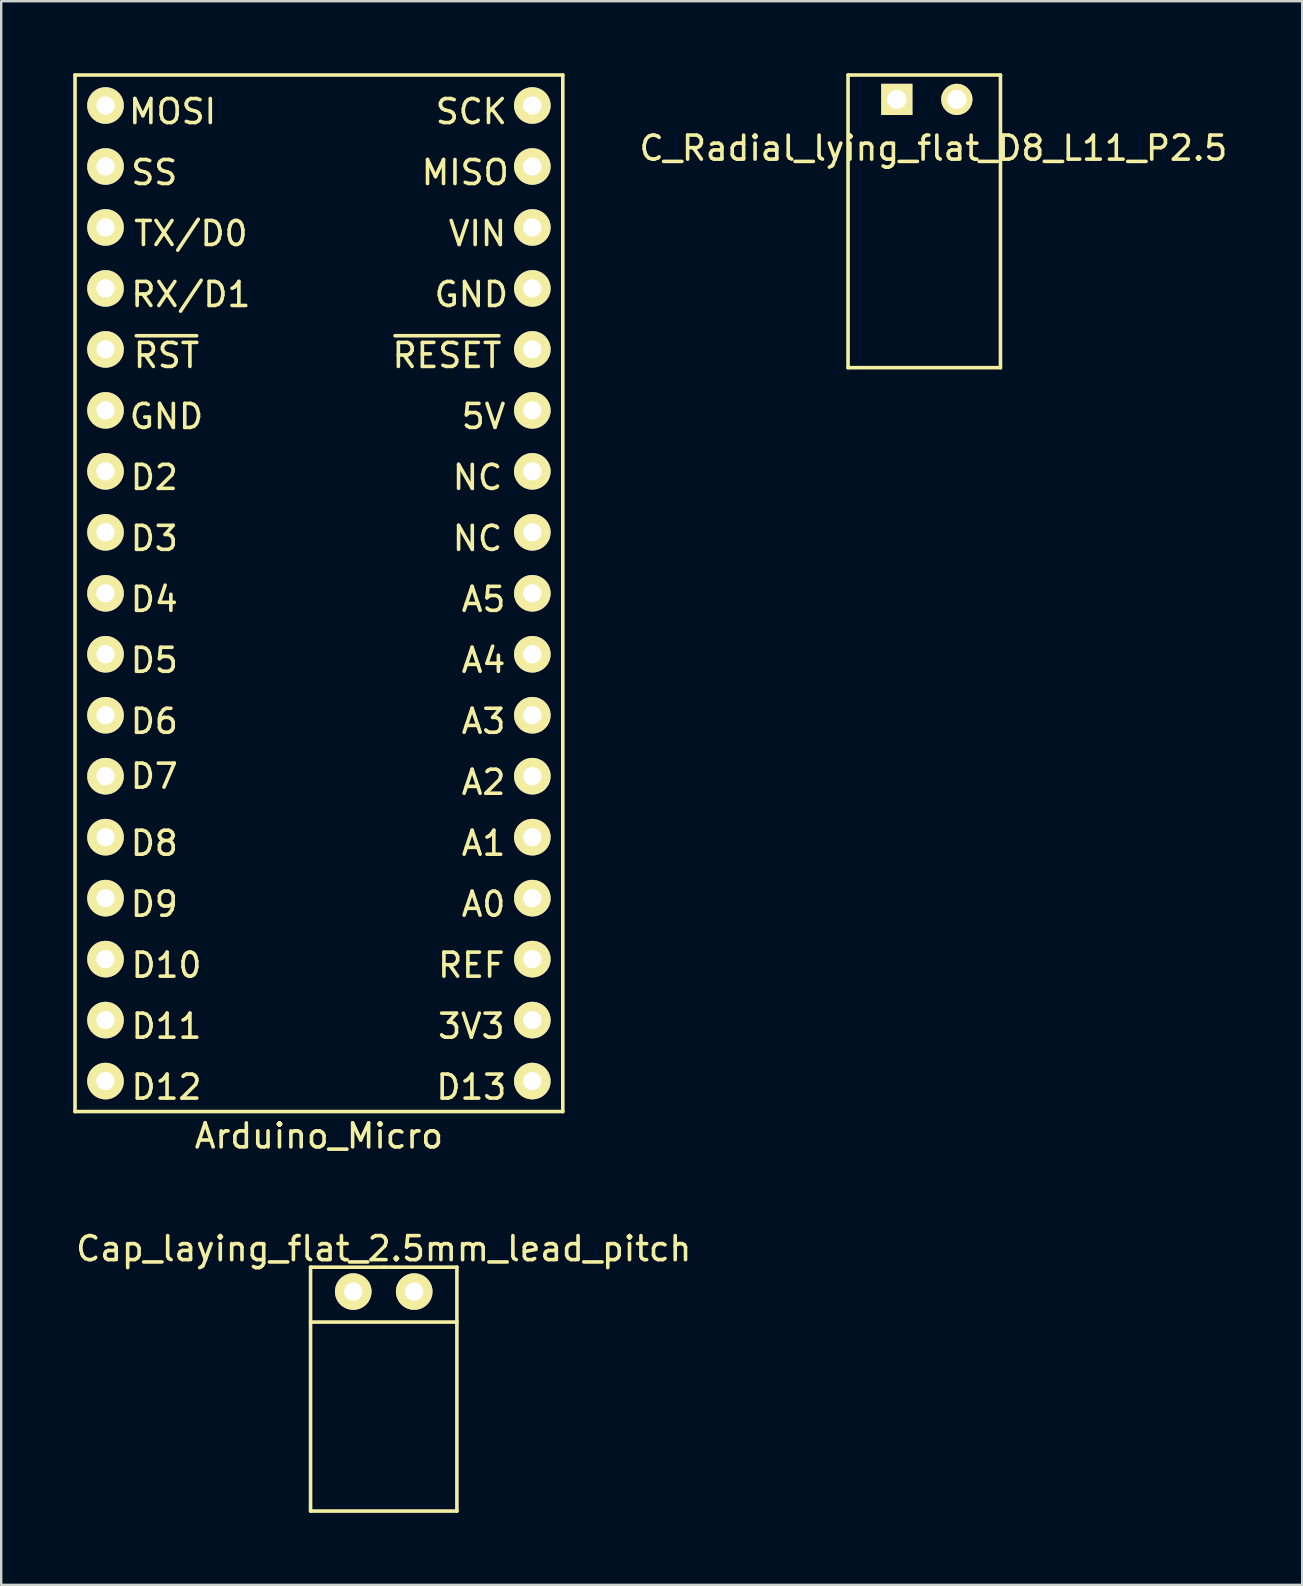
<source format=kicad_pcb>
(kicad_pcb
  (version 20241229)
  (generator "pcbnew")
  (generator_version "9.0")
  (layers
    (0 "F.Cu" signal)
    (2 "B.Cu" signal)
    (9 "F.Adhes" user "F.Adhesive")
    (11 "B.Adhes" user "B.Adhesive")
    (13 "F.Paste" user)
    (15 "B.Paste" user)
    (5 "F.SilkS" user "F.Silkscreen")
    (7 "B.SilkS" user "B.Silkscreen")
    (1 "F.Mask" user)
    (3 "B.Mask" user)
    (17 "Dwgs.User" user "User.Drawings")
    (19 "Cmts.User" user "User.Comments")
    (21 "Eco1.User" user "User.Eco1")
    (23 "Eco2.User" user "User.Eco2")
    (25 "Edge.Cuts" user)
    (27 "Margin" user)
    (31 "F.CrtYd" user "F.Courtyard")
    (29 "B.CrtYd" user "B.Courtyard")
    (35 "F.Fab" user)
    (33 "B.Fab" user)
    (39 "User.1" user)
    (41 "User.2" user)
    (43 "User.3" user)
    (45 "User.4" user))
  (footprint "Cap_laying_flat_2.5mm_lead_pitch"
    (layer "F.Cu")
    (at 12.935 48.468)
    (property "Reference" "Cap_laying_flat_2.5mm_lead_pitch" (at 0 0.5 0) (layer "F.SilkS") (effects (font (size 1 1) (thickness 0.15))))
    (attr through_hole)
    (fp_line (start -3.048 1.27) (end 0 1.27) (stroke (width 0.15) (type solid)) (layer "F.SilkS"))
    (fp_line (start -3.048 3.556) (end 3.048 3.556) (stroke (width 0.15) (type solid)) (layer "F.SilkS"))
    (fp_line (start -3.048 11.43) (end -3.048 1.27) (stroke (width 0.15) (type solid)) (layer "F.SilkS"))
    (fp_line (start 0 1.27) (end 3.048 1.27) (stroke (width 0.15) (type solid)) (layer "F.SilkS"))
    (fp_line (start 3.048 1.27) (end 3.048 11.43) (stroke (width 0.15) (type solid)) (layer "F.SilkS"))
    (fp_line (start 3.048 11.43) (end -3.048 11.43) (stroke (width 0.15) (type solid)) (layer "F.SilkS"))
    (pad "1" thru_hole circle (at -1.27 2.286) (size 1.524 1.524) (drill 0.762) (layers "*.Cu" "*.Mask" "F.SilkS"))
    (pad "2" thru_hole circle (at 1.27 2.286) (size 1.524 1.524) (drill 0.762) (layers "*.Cu" "*.Mask" "F.SilkS")))
  (footprint "C_Radial_lying_flat_D8_L11_P2.5"
    (layer "F.Cu")
    (at 34.309 1.091)
    (property "Reference" "C_Radial_lying_flat_D8_L11_P2.5" (at 1.524 2.032 0) (layer "F.SilkS") (effects (font (size 1 1) (thickness 0.15))))
    (attr through_hole)
    (fp_line (start -2.032 -1.016) (end 4.318 -1.016) (stroke (width 0.15) (type solid)) (layer "F.SilkS"))
    (fp_line (start -2.032 11.176) (end -2.032 -1.016) (stroke (width 0.15) (type solid)) (layer "F.SilkS"))
    (fp_line (start 4.318 -1.016) (end 4.318 11.176) (stroke (width 0.15) (type solid)) (layer "F.SilkS"))
    (fp_line (start 4.318 11.176) (end -2.032 11.176) (stroke (width 0.15) (type solid)) (layer "F.SilkS"))
    (pad "1" thru_hole rect (at 0 0) (size 1.3 1.3) (drill 0.8) (layers "*.Cu" "*.Mask" "F.SilkS"))
    (pad "2" thru_hole circle (at 2.5 0) (size 1.3 1.3) (drill 0.8) (layers "*.Cu" "*.Mask" "F.SilkS")))
  (footprint "Arduino_Micro"
    (layer "F.Cu")
    (at 10.235 22.681)
    (property "Reference" "Arduino_Micro" (at 0 21.59 0) (layer "F.SilkS") (effects (font (size 1 1) (thickness 0.15))))
    (attr through_hole)
    (fp_line (start -10.16 -22.606) (end -10.16 20.574) (stroke (width 0.15) (type solid)) (layer "F.SilkS"))
    (fp_line (start -10.16 20.574) (end 10.16 20.574) (stroke (width 0.15) (type solid)) (layer "F.SilkS"))
    (fp_line (start 10.16 -22.606) (end -10.16 -22.606) (stroke (width 0.15) (type solid)) (layer "F.SilkS"))
    (fp_line (start 10.16 20.574) (end 10.16 -22.606) (stroke (width 0.15) (type solid)) (layer "F.SilkS"))
    (fp_text user "VIN" (at 6.604 -16.002 0) (layer "F.SilkS") (effects (font (size 1 1) (thickness 0.15))))
    (fp_text user "D6" (at -6.858 4.318 0) (layer "F.SilkS") (effects (font (size 1 1) (thickness 0.15))))
    (fp_text user "A5" (at 6.858 -0.762 0) (layer "F.SilkS") (effects (font (size 1 1) (thickness 0.15))))
    (fp_text user "GND" (at 6.35 -13.462 0) (layer "F.SilkS") (effects (font (size 1 1) (thickness 0.15))))
    (fp_text user "MISO" (at 6.096 -18.542 0) (layer "F.SilkS") (effects (font (size 1 1) (thickness 0.15))))
    (fp_text user "A1" (at 6.858 9.398 0) (layer "F.SilkS") (effects (font (size 1 1) (thickness 0.15))))
    (fp_text user "A2" (at 6.858 6.858 0) (layer "F.SilkS") (effects (font (size 1 1) (thickness 0.15))))
    (fp_text user "D11" (at -6.35 17.018 0) (layer "F.SilkS") (effects (font (size 1 1) (thickness 0.15))))
    (fp_text user "A0" (at 6.858 11.938 0) (layer "F.SilkS") (effects (font (size 1 1) (thickness 0.15))))
    (fp_text user "D4" (at -6.858 -0.762 0) (layer "F.SilkS") (effects (font (size 1 1) (thickness 0.15))))
    (fp_text user "MOSI" (at -6.096 -21.082 0) (layer "F.SilkS") (effects (font (size 1 1) (thickness 0.15))))
    (fp_text user "D8" (at -6.858 9.398 0) (layer "F.SilkS") (effects (font (size 1 1) (thickness 0.15))))
    (fp_text user "D12" (at -6.35 19.558 0) (layer "F.SilkS") (effects (font (size 1 1) (thickness 0.15))))
    (fp_text user "~{RESET}" (at 5.334 -10.922 0) (layer "F.SilkS") (effects (font (size 1 1) (thickness 0.15))))
    (fp_text user "~{RST}" (at -6.35 -10.922 0) (layer "F.SilkS") (effects (font (size 1 1) (thickness 0.15))))
    (fp_text user "D13" (at 6.35 19.558 0) (layer "F.SilkS") (effects (font (size 1 1) (thickness 0.15))))
    (fp_text user "D5" (at -6.858 1.778 0) (layer "F.SilkS") (effects (font (size 1 1) (thickness 0.15))))
    (fp_text user "TX/D0" (at -5.334 -16.002 0) (layer "F.SilkS") (effects (font (size 1 1) (thickness 0.15))))
    (fp_text user "D10" (at -6.35 14.478 0) (layer "F.SilkS") (effects (font (size 1 1) (thickness 0.15))))
    (fp_text user "NC" (at 6.604 -5.842 0) (layer "F.SilkS") (effects (font (size 1 1) (thickness 0.15))))
    (fp_text user "SS" (at -6.858 -18.542 0) (layer "F.SilkS") (effects (font (size 1 1) (thickness 0.15))))
    (fp_text user "D2" (at -6.858 -5.842 0) (layer "F.SilkS") (effects (font (size 1 1) (thickness 0.15))))
    (fp_text user "D3" (at -6.858 -3.302 0) (layer "F.SilkS") (effects (font (size 1 1) (thickness 0.15))))
    (fp_text user "SCK" (at 6.35 -21.082 0) (layer "F.SilkS") (effects (font (size 1 1) (thickness 0.15))))
    (fp_text user "RX/D1" (at -5.334 -13.462 0) (layer "F.SilkS") (effects (font (size 1 1) (thickness 0.15))))
    (fp_text user "5V" (at 6.858 -8.382 0) (layer "F.SilkS") (effects (font (size 1 1) (thickness 0.15))))
    (fp_text user "A4" (at 6.858 1.778 0) (layer "F.SilkS") (effects (font (size 1 1) (thickness 0.15))))
    (fp_text user "D7" (at -6.858 6.604 0) (layer "F.SilkS") (effects (font (size 1 1) (thickness 0.15))))
    (fp_text user "3V3" (at 6.35 17.018 0) (layer "F.SilkS") (effects (font (size 1 1) (thickness 0.15))))
    (fp_text user "NC" (at 6.604 -3.302 0) (layer "F.SilkS") (effects (font (size 1 1) (thickness 0.15))))
    (fp_text user "A3" (at 6.858 4.318 0) (layer "F.SilkS") (effects (font (size 1 1) (thickness 0.15))))
    (fp_text user "REF" (at 6.35 14.478 0) (layer "F.SilkS") (effects (font (size 1 1) (thickness 0.15))))
    (fp_text user "D9" (at -6.858 11.938 0) (layer "F.SilkS") (effects (font (size 1 1) (thickness 0.15))))
    (fp_text user "GND" (at -6.35 -8.382 0) (layer "F.SilkS") (effects (font (size 1 1) (thickness 0.15))))
    (pad "1" thru_hole circle (at -8.89 -21.336) (size 1.524 1.524) (drill 0.762) (layers "*.Cu" "*.Mask" "F.SilkS"))
    (pad "2" thru_hole circle (at -8.89 -18.796) (size 1.524 1.524) (drill 0.762) (layers "*.Cu" "*.Mask" "F.SilkS"))
    (pad "3" thru_hole circle (at -8.89 -16.256) (size 1.524 1.524) (drill 0.762) (layers "*.Cu" "*.Mask" "F.SilkS"))
    (pad "4" thru_hole circle (at -8.89 -13.716) (size 1.524 1.524) (drill 0.762) (layers "*.Cu" "*.Mask" "F.SilkS"))
    (pad "5" thru_hole circle (at -8.89 -11.176) (size 1.524 1.524) (drill 0.762) (layers "*.Cu" "*.Mask" "F.SilkS"))
    (pad "6" thru_hole circle (at -8.89 -8.636) (size 1.524 1.524) (drill 0.762) (layers "*.Cu" "*.Mask" "F.SilkS"))
    (pad "7" thru_hole circle (at -8.89 -6.096) (size 1.524 1.524) (drill 0.762) (layers "*.Cu" "*.Mask" "F.SilkS"))
    (pad "8" thru_hole circle (at -8.89 -3.556) (size 1.524 1.524) (drill 0.762) (layers "*.Cu" "*.Mask" "F.SilkS"))
    (pad "9" thru_hole circle (at -8.89 -1.016) (size 1.524 1.524) (drill 0.762) (layers "*.Cu" "*.Mask" "F.SilkS"))
    (pad "10" thru_hole circle (at -8.89 1.524) (size 1.524 1.524) (drill 0.762) (layers "*.Cu" "*.Mask" "F.SilkS"))
    (pad "11" thru_hole circle (at -8.89 4.064) (size 1.524 1.524) (drill 0.762) (layers "*.Cu" "*.Mask" "F.SilkS"))
    (pad "12" thru_hole circle (at -8.89 6.604) (size 1.524 1.524) (drill 0.762) (layers "*.Cu" "*.Mask" "F.SilkS"))
    (pad "13" thru_hole circle (at -8.89 9.144) (size 1.524 1.524) (drill 0.762) (layers "*.Cu" "*.Mask" "F.SilkS"))
    (pad "14" thru_hole circle (at -8.89 11.684) (size 1.524 1.524) (drill 0.762) (layers "*.Cu" "*.Mask" "F.SilkS"))
    (pad "15" thru_hole circle (at -8.89 14.224) (size 1.524 1.524) (drill 0.762) (layers "*.Cu" "*.Mask" "F.SilkS"))
    (pad "16" thru_hole circle (at -8.89 16.764) (size 1.524 1.524) (drill 0.762) (layers "*.Cu" "*.Mask" "F.SilkS"))
    (pad "17" thru_hole circle (at -8.89 19.304) (size 1.524 1.524) (drill 0.762) (layers "*.Cu" "*.Mask" "F.SilkS"))
    (pad "18" thru_hole circle (at 8.89 19.304) (size 1.524 1.524) (drill 0.762) (layers "*.Cu" "*.Mask" "F.SilkS"))
    (pad "19" thru_hole circle (at 8.89 16.764) (size 1.524 1.524) (drill 0.762) (layers "*.Cu" "*.Mask" "F.SilkS"))
    (pad "20" thru_hole circle (at 8.89 14.224) (size 1.524 1.524) (drill 0.762) (layers "*.Cu" "*.Mask" "F.SilkS"))
    (pad "21" thru_hole circle (at 8.89 11.684) (size 1.524 1.524) (drill 0.762) (layers "*.Cu" "*.Mask" "F.SilkS"))
    (pad "22" thru_hole circle (at 8.89 9.144) (size 1.524 1.524) (drill 0.762) (layers "*.Cu" "*.Mask" "F.SilkS"))
    (pad "23" thru_hole circle (at 8.89 6.604) (size 1.524 1.524) (drill 0.762) (layers "*.Cu" "*.Mask" "F.SilkS"))
    (pad "24" thru_hole circle (at 8.89 4.064) (size 1.524 1.524) (drill 0.762) (layers "*.Cu" "*.Mask" "F.SilkS"))
    (pad "25" thru_hole circle (at 8.89 1.524) (size 1.524 1.524) (drill 0.762) (layers "*.Cu" "*.Mask" "F.SilkS"))
    (pad "26" thru_hole circle (at 8.89 -1.016) (size 1.524 1.524) (drill 0.762) (layers "*.Cu" "*.Mask" "F.SilkS"))
    (pad "27" thru_hole circle (at 8.89 -3.556) (size 1.524 1.524) (drill 0.762) (layers "*.Cu" "*.Mask" "F.SilkS"))
    (pad "28" thru_hole circle (at 8.89 -6.096) (size 1.524 1.524) (drill 0.762) (layers "*.Cu" "*.Mask" "F.SilkS"))
    (pad "29" thru_hole circle (at 8.89 -8.636) (size 1.524 1.524) (drill 0.762) (layers "*.Cu" "*.Mask" "F.SilkS"))
    (pad "30" thru_hole circle (at 8.89 -11.176) (size 1.524 1.524) (drill 0.762) (layers "*.Cu" "*.Mask" "F.SilkS"))
    (pad "31" thru_hole circle (at 8.89 -13.716) (size 1.524 1.524) (drill 0.762) (layers "*.Cu" "*.Mask" "F.SilkS"))
    (pad "32" thru_hole circle (at 8.89 -16.256) (size 1.524 1.524) (drill 0.762) (layers "*.Cu" "*.Mask" "F.SilkS"))
    (pad "33" thru_hole circle (at 8.89 -18.796) (size 1.524 1.524) (drill 0.762) (layers "*.Cu" "*.Mask" "F.SilkS"))
    (pad "34" thru_hole circle (at 8.89 -21.336) (size 1.524 1.524) (drill 0.762) (layers "*.Cu" "*.Mask" "F.SilkS")))
  (gr_rect
    (start -3 -3)
    (end 51.196 62.972)
    (stroke (width 0.1) (type default))
    (fill no)
    (layer "Edge.Cuts")))
</source>
